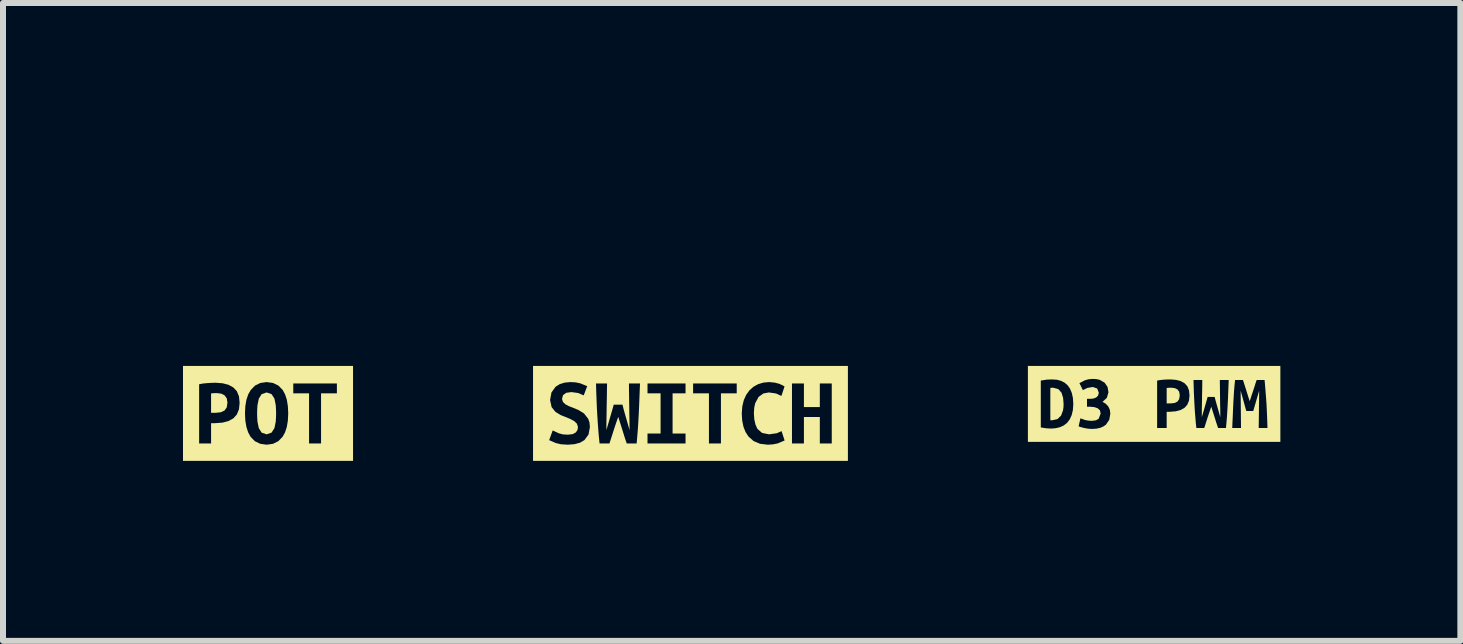
<source format=kicad_pcb>
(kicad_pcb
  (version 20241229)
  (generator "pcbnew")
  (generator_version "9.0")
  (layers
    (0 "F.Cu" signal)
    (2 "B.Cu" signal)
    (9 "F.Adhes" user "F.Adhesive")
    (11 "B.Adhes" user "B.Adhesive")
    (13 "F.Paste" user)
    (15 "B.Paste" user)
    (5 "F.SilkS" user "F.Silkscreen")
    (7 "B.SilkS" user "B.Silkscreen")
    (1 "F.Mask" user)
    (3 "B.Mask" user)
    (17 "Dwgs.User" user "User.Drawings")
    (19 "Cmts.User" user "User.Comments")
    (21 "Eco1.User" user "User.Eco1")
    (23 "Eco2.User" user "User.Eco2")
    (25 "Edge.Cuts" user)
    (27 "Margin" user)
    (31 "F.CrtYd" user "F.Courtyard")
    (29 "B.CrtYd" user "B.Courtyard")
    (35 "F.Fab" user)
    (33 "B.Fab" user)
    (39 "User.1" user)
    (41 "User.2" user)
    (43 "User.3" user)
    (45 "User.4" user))
  (footprint "kibuzzard-67A22DE4"
    (layer "F.Cu")
    (at 8.458 3.84)
    (property "Reference" "kibuzzard-67A22DE4" (at 0 -3.839 0) (layer "F.SilkS") (effects (font (size 0.001 0.001) (thickness 0.15))))
    (attr board_only exclude_from_pos_files exclude_from_bom)
    (fp_poly (pts (xy -2.355 -0.791) (xy -2.624 -0.791) (xy -2.624 0.791) (xy -2.355 0.791) (xy -2.044 0.791) (xy -2.044 0.522) (xy -2.156 0.515) (xy -2.243 0.495) (xy -2.355 0.446) (xy -2.296 0.284) (xy -2.192 0.333) (xy -2.125 0.35) (xy -2.044 0.355) (xy -1.961 0.345) (xy -1.909 0.316) (xy -1.882 0.274) (xy -1.875 0.226) (xy -1.893 0.171) (xy -1.938 0.128) (xy -1.999 0.095) (xy -2.067 0.066) (xy -2.161 0.029) (xy -2.249 -0.024) (xy -2.314 -0.104) (xy -2.34 -0.223) (xy -2.317 -0.348) (xy -2.249 -0.443) (xy -2.18 -0.487) (xy -2.097 -0.513) (xy -1.998 -0.522) (xy -1.911 -0.517) (xy -1.837 -0.501) (xy -1.721 -0.454) (xy -1.779 -0.3) (xy -1.869 -0.339) (xy -1.983 -0.355) (xy -2.071 -0.343) (xy -2.124 -0.304) (xy -2.141 -0.241) (xy -2.125 -0.19) (xy -2.084 -0.151) (xy -2.027 -0.121) (xy -1.965 -0.097) (xy -1.868 -0.057) (xy -1.774 0.001) (xy -1.704 0.091) (xy -1.683 0.152) (xy -1.676 0.228) (xy -1.699 0.352) (xy -1.767 0.445) (xy -1.839 0.488) (xy -1.931 0.513) (xy -2.044 0.522) (xy -2.044 0.791) (xy -0.897 0.791) (xy -0.897 0.501) (xy -1.062 0.501) (xy -1.098 0.395) (xy -1.133 0.282) (xy -1.169 0.167) (xy -1.204 0.058) (xy -1.241 0.164) (xy -1.279 0.279) (xy -1.316 0.395) (xy -1.35 0.501) (xy -1.515 0.501) (xy -1.527 0.386) (xy -1.537 0.264) (xy -1.546 0.138) (xy -1.554 0.011) (xy -1.561 -0.118) (xy -1.566 -0.248) (xy -1.571 -0.376) (xy -1.574 -0.499) (xy -1.39 -0.499) (xy -1.392 -0.402) (xy -1.393 -0.302) (xy -1.395 -0.201) (xy -1.397 -0.099) (xy -1.398 0.000404) (xy -1.4 0.098) (xy -1.401 0.191) (xy -1.401 0.278) (xy -1.368 0.165) (xy -1.333 0.044) (xy -1.301 -0.066) (xy -1.279 -0.145) (xy -1.133 -0.145) (xy -1.114 -0.069) (xy -1.086 0.031) (xy -1.052 0.149) (xy -1.015 0.278) (xy -1.016 0.191) (xy -1.017 0.098) (xy -1.019 0.001) (xy -1.02 -0.099) (xy -1.022 -0.199) (xy -1.023 -0.301) (xy -1.025 -0.402) (xy -1.025 -0.499) (xy -0.841 -0.499) (xy -0.846 -0.375) (xy -0.851 -0.246) (xy -0.856 -0.117) (xy -0.862 0.012) (xy -0.869 0.14) (xy -0.877 0.265) (xy -0.887 0.386) (xy -0.897 0.501) (xy -0.897 0.791) (xy -0.716 0.791) (xy -0.716 0.501) (xy -0.716 0.336) (xy -0.498 0.336) (xy -0.498 -0.334) (xy -0.716 -0.334) (xy -0.716 -0.499) (xy -0.082 -0.499) (xy -0.082 -0.334) (xy -0.298 -0.334) (xy -0.298 0.336) (xy -0.082 0.336) (xy -0.082 0.501) (xy -0.716 0.501) (xy -0.716 0.791) (xy 0.508 0.791) (xy 0.508 0.501) (xy 0.308 0.501) (xy 0.308 -0.334) (xy 0.044 -0.334) (xy 0.044 -0.499) (xy 0.771 -0.499) (xy 0.771 -0.334) (xy 0.508 -0.334) (xy 0.508 0.501) (xy 0.508 0.791) (xy 1.29 0.791) (xy 1.29 0.522) (xy 1.16 0.507) (xy 1.052 0.461) (xy 0.967 0.386) (xy 0.918 0.311) (xy 0.883 0.222) (xy 0.862 0.118) (xy 0.855 0) (xy 0.864 -0.118) (xy 0.889 -0.221) (xy 0.93 -0.311) (xy 0.984 -0.385) (xy 1.05 -0.444) (xy 1.128 -0.487) (xy 1.215 -0.513) (xy 1.309 -0.522) (xy 1.405 -0.513) (xy 1.481 -0.493) (xy 1.535 -0.468) (xy 1.568 -0.449) (xy 1.516 -0.291) (xy 1.426 -0.332) (xy 1.306 -0.349) (xy 1.215 -0.332) (xy 1.136 -0.275) (xy 1.079 -0.17) (xy 1.063 -0.095) (xy 1.057 -0.005) (xy 1.064 0.1) (xy 1.084 0.188) (xy 1.116 0.258) (xy 1.194 0.326) (xy 1.309 0.349) (xy 1.438 0.331) (xy 1.519 0.296) (xy 1.569 0.452) (xy 1.456 0.5) (xy 1.378 0.516) (xy 1.29 0.522) (xy 1.29 0.791) (xy 2.355 0.791) (xy 2.355 0.501) (xy 2.156 0.501) (xy 2.156 0.06) (xy 1.891 0.06) (xy 1.891 0.501) (xy 1.692 0.501) (xy 1.692 -0.499) (xy 1.891 -0.499) (xy 1.891 -0.105) (xy 2.156 -0.105) (xy 2.156 -0.499) (xy 2.355 -0.499) (xy 2.355 0.501) (xy 2.355 0.791) (xy 2.624 0.791) (xy 2.624 -0.791) (xy 2.355 -0.791) (xy -2.355 -0.791)) (stroke (width 0) (type solid)) (fill yes) (layer "F.SilkS")))
  (footprint "kibuzzard-67A22DDD"
    (layer "F.Cu")
    (at 1.417 3.84)
    (property "Reference" "kibuzzard-67A22DDD" (at 0 -3.839 0) (layer "F.SilkS") (effects (font (size 0.001 0.001) (thickness 0.15))))
    (attr board_only exclude_from_pos_files exclude_from_bom)
    (fp_poly (pts (xy -0.851 -0.338) (xy -0.9 -0.337) (xy -0.949 -0.333) (xy -0.949 -0.01) (xy -0.868 -0.01) (xy -0.785 -0.019) (xy -0.725 -0.048) (xy -0.688 -0.099) (xy -0.676 -0.178) (xy -0.688 -0.252) (xy -0.724 -0.301) (xy -0.779 -0.329) (xy -0.851 -0.338)) (stroke (width 0) (type solid)) (fill yes) (layer "F.SilkS"))
    (fp_poly (pts (xy -0.182 0) (xy -0.18 0.07) (xy -0.176 0.137) (xy -0.153 0.247) (xy -0.106 0.321) (xy -0.023 0.349) (xy 0.058 0.321) (xy 0.107 0.246) (xy 0.129 0.136) (xy 0.133 0.07) (xy 0.135 0) (xy 0.133 -0.07) (xy 0.129 -0.137) (xy 0.107 -0.247) (xy 0.059 -0.321) (xy -0.023 -0.349) (xy -0.106 -0.321) (xy -0.153 -0.246) (xy -0.176 -0.136) (xy -0.18 -0.07) (xy -0.182 0)) (stroke (width 0) (type solid)) (fill yes) (layer "F.SilkS"))
    (fp_poly (pts (xy -1.148 -0.791) (xy -1.417 -0.791) (xy -1.417 0.791) (xy -1.148 0.791) (xy -0.949 0.791) (xy -0.949 0.501) (xy -1.148 0.501) (xy -1.148 -0.486) (xy -1.082 -0.498) (xy -1.009 -0.505) (xy -0.936 -0.509) (xy -0.873 -0.511) (xy -0.756 -0.502) (xy -0.657 -0.476) (xy -0.578 -0.432) (xy -0.519 -0.369) (xy -0.484 -0.284) (xy -0.473 -0.176) (xy -0.484 -0.068) (xy -0.52 0.019) (xy -0.578 0.083) (xy -0.659 0.128) (xy -0.759 0.154) (xy -0.878 0.163) (xy -0.949 0.163) (xy -0.949 0.501) (xy -0.949 0.791) (xy -0.022 0.791) (xy -0.022 0.522) (xy -0.13 0.507) (xy -0.22 0.463) (xy -0.291 0.39) (xy -0.331 0.316) (xy -0.36 0.227) (xy -0.378 0.121) (xy -0.384 0) (xy -0.378 -0.121) (xy -0.36 -0.227) (xy -0.33 -0.316) (xy -0.288 -0.39) (xy -0.217 -0.463) (xy -0.128 -0.507) (xy -0.023 -0.522) (xy 0.085 -0.507) (xy 0.174 -0.463) (xy 0.245 -0.39) (xy 0.285 -0.316) (xy 0.314 -0.227) (xy 0.331 -0.121) (xy 0.337 0) (xy 0.331 0.121) (xy 0.313 0.227) (xy 0.284 0.316) (xy 0.243 0.39) (xy 0.172 0.463) (xy 0.084 0.507) (xy -0.022 0.522) (xy -0.022 0.791) (xy 0.884 0.791) (xy 0.884 0.501) (xy 0.684 0.501) (xy 0.684 -0.334) (xy 0.421 -0.334) (xy 0.421 -0.499) (xy 1.148 -0.499) (xy 1.148 -0.334) (xy 0.884 -0.334) (xy 0.884 0.501) (xy 0.884 0.791) (xy 1.148 0.791) (xy 1.417 0.791) (xy 1.417 -0.791) (xy 1.148 -0.791) (xy -1.148 -0.791)) (stroke (width 0) (type solid)) (fill yes) (layer "F.SilkS")))
  (footprint "kibuzzard-67A121F4"
    (layer "F.Cu")
    (at 16.186 3.682)
    (property "Reference" "kibuzzard-67A121F4" (at 0 -3.681 0) (layer "F.SilkS") (effects (font (size 0.001 0.001) (thickness 0.15))))
    (attr board_only exclude_from_pos_files exclude_from_bom)
    (fp_poly (pts (xy 0.288 -0.27) (xy 0.248 -0.269) (xy 0.209 -0.266) (xy 0.209 -0.008) (xy 0.273 -0.008) (xy 0.34 -0.015) (xy 0.388 -0.038) (xy 0.417 -0.079) (xy 0.427 -0.142) (xy 0.418 -0.202) (xy 0.389 -0.241) (xy 0.345 -0.263) (xy 0.288 -0.27)) (stroke (width 0) (type solid)) (fill yes) (layer "F.SilkS"))
    (fp_poly (pts (xy -1.73 0.271) (xy -1.716 0.273) (xy -1.701 0.273) (xy -1.61 0.252) (xy -1.551 0.195) (xy -1.519 0.109) (xy -1.511 0.057) (xy -1.509 0) (xy -1.517 -0.101) (xy -1.544 -0.187) (xy -1.597 -0.247) (xy -1.683 -0.27) (xy -1.707 -0.269) (xy -1.73 -0.266) (xy -1.73 0.271)) (stroke (width 0) (type solid)) (fill yes) (layer "F.SilkS"))
    (fp_poly (pts (xy -1.889 -0.633) (xy -2.104 -0.633) (xy -2.104 0.633) (xy -1.889 0.633) (xy -1.718 0.633) (xy -1.718 0.411) (xy -1.802 0.406) (xy -1.889 0.392) (xy -1.889 -0.389) (xy -1.787 -0.405) (xy -1.698 -0.408) (xy -1.622 -0.403) (xy -1.553 -0.385) (xy -1.493 -0.355) (xy -1.443 -0.312) (xy -1.403 -0.256) (xy -1.373 -0.185) (xy -1.354 -0.101) (xy -1.347 0) (xy -1.354 0.103) (xy -1.375 0.189) (xy -1.408 0.26) (xy -1.452 0.317) (xy -1.506 0.359) (xy -1.569 0.388) (xy -1.64 0.405) (xy -1.718 0.411) (xy -1.718 0.633) (xy -1.037 0.633) (xy -1.037 0.417) (xy -1.1 0.413) (xy -1.163 0.402) (xy -1.219 0.388) (xy -1.259 0.374) (xy -1.228 0.24) (xy -1.152 0.268) (xy -1.1 0.278) (xy -1.038 0.282) (xy -0.969 0.273) (xy -0.924 0.247) (xy -0.891 0.16) (xy -0.904 0.106) (xy -0.942 0.072) (xy -0.999 0.053) (xy -1.069 0.047) (xy -1.119 0.047) (xy -1.119 -0.085) (xy -1.059 -0.085) (xy -1.01 -0.09) (xy -0.966 -0.107) (xy -0.934 -0.138) (xy -0.922 -0.187) (xy -0.949 -0.257) (xy -1.022 -0.282) (xy -1.111 -0.267) (xy -1.188 -0.23) (xy -1.245 -0.346) (xy -1.153 -0.394) (xy -1.092 -0.411) (xy -1.023 -0.417) (xy -0.96 -0.413) (xy -0.906 -0.401) (xy -0.824 -0.353) (xy -0.776 -0.282) (xy -0.761 -0.193) (xy -0.788 -0.101) (xy -0.86 -0.034) (xy -0.805 -0.002) (xy -0.764 0.043) (xy -0.738 0.098) (xy -0.73 0.163) (xy -0.748 0.265) (xy -0.803 0.346) (xy -0.846 0.376) (xy -0.899 0.399) (xy -0.963 0.413) (xy -1.037 0.417) (xy -1.037 0.633) (xy 0.209 0.633) (xy 0.209 0.401) (xy 0.05 0.401) (xy 0.05 -0.389) (xy 0.102 -0.398) (xy 0.161 -0.404) (xy 0.219 -0.407) (xy 0.269 -0.408) (xy 0.364 -0.401) (xy 0.442 -0.381) (xy 0.506 -0.346) (xy 0.553 -0.295) (xy 0.581 -0.227) (xy 0.59 -0.141) (xy 0.581 -0.054) (xy 0.552 0.015) (xy 0.505 0.067) (xy 0.441 0.102) (xy 0.361 0.123) (xy 0.266 0.131) (xy 0.209 0.131) (xy 0.209 0.401) (xy 0.209 0.633) (xy 1.197 0.633) (xy 1.197 0.401) (xy 1.066 0.401) (xy 1.037 0.316) (xy 1.009 0.226) (xy 0.98 0.134) (xy 0.952 0.047) (xy 0.923 0.132) (xy 0.892 0.224) (xy 0.863 0.316) (xy 0.836 0.401) (xy 0.704 0.401) (xy 0.694 0.309) (xy 0.686 0.211) (xy 0.678 0.111) (xy 0.672 0.008) (xy 0.667 -0.095) (xy 0.662 -0.198) (xy 0.659 -0.301) (xy 0.656 -0.399) (xy 0.803 -0.399) (xy 0.802 -0.322) (xy 0.801 -0.242) (xy 0.799 -0.16) (xy 0.798 -0.079) (xy 0.797 0.000323) (xy 0.795 0.078) (xy 0.795 0.153) (xy 0.794 0.222) (xy 0.821 0.132) (xy 0.849 0.035) (xy 0.874 -0.053) (xy 0.892 -0.116) (xy 1.009 -0.116) (xy 1.024 -0.056) (xy 1.047 0.025) (xy 1.074 0.119) (xy 1.103 0.222) (xy 1.103 0.153) (xy 1.102 0.078) (xy 1.1 0.000485) (xy 1.099 -0.079) (xy 1.098 -0.159) (xy 1.097 -0.241) (xy 1.096 -0.322) (xy 1.095 -0.399) (xy 1.243 -0.399) (xy 1.239 -0.3) (xy 1.235 -0.197) (xy 1.231 -0.093) (xy 1.226 0.01) (xy 1.22 0.112) (xy 1.214 0.212) (xy 1.206 0.309) (xy 1.197 0.401) (xy 1.197 0.633) (xy 1.889 0.633) (xy 1.889 0.401) (xy 1.743 0.401) (xy 1.751 -0.221) (xy 1.652 0.118) (xy 1.536 0.118) (xy 1.442 -0.221) (xy 1.448 0.401) (xy 1.302 0.401) (xy 1.306 0.3) (xy 1.311 0.196) (xy 1.315 0.091) (xy 1.32 -0.014) (xy 1.326 -0.117) (xy 1.332 -0.217) (xy 1.34 -0.312) (xy 1.349 -0.399) (xy 1.48 -0.399) (xy 1.503 -0.33) (xy 1.532 -0.238) (xy 1.563 -0.138) (xy 1.593 -0.045) (xy 1.625 -0.144) (xy 1.658 -0.242) (xy 1.686 -0.331) (xy 1.709 -0.399) (xy 1.841 -0.399) (xy 1.85 -0.296) (xy 1.858 -0.195) (xy 1.866 -0.096) (xy 1.873 0.002) (xy 1.878 0.1) (xy 1.882 0.198) (xy 1.886 0.298) (xy 1.889 0.401) (xy 1.889 0.633) (xy 2.104 0.633) (xy 2.104 -0.633) (xy 1.889 -0.633) (xy -1.889 -0.633)) (stroke (width 0) (type solid)) (fill yes) (layer "F.SilkS")))
  (gr_rect
    (start -3 -3)
    (end 21.29 7.631)
    (stroke (width 0.1) (type default))
    (fill no)
    (layer "Edge.Cuts")))
</source>
